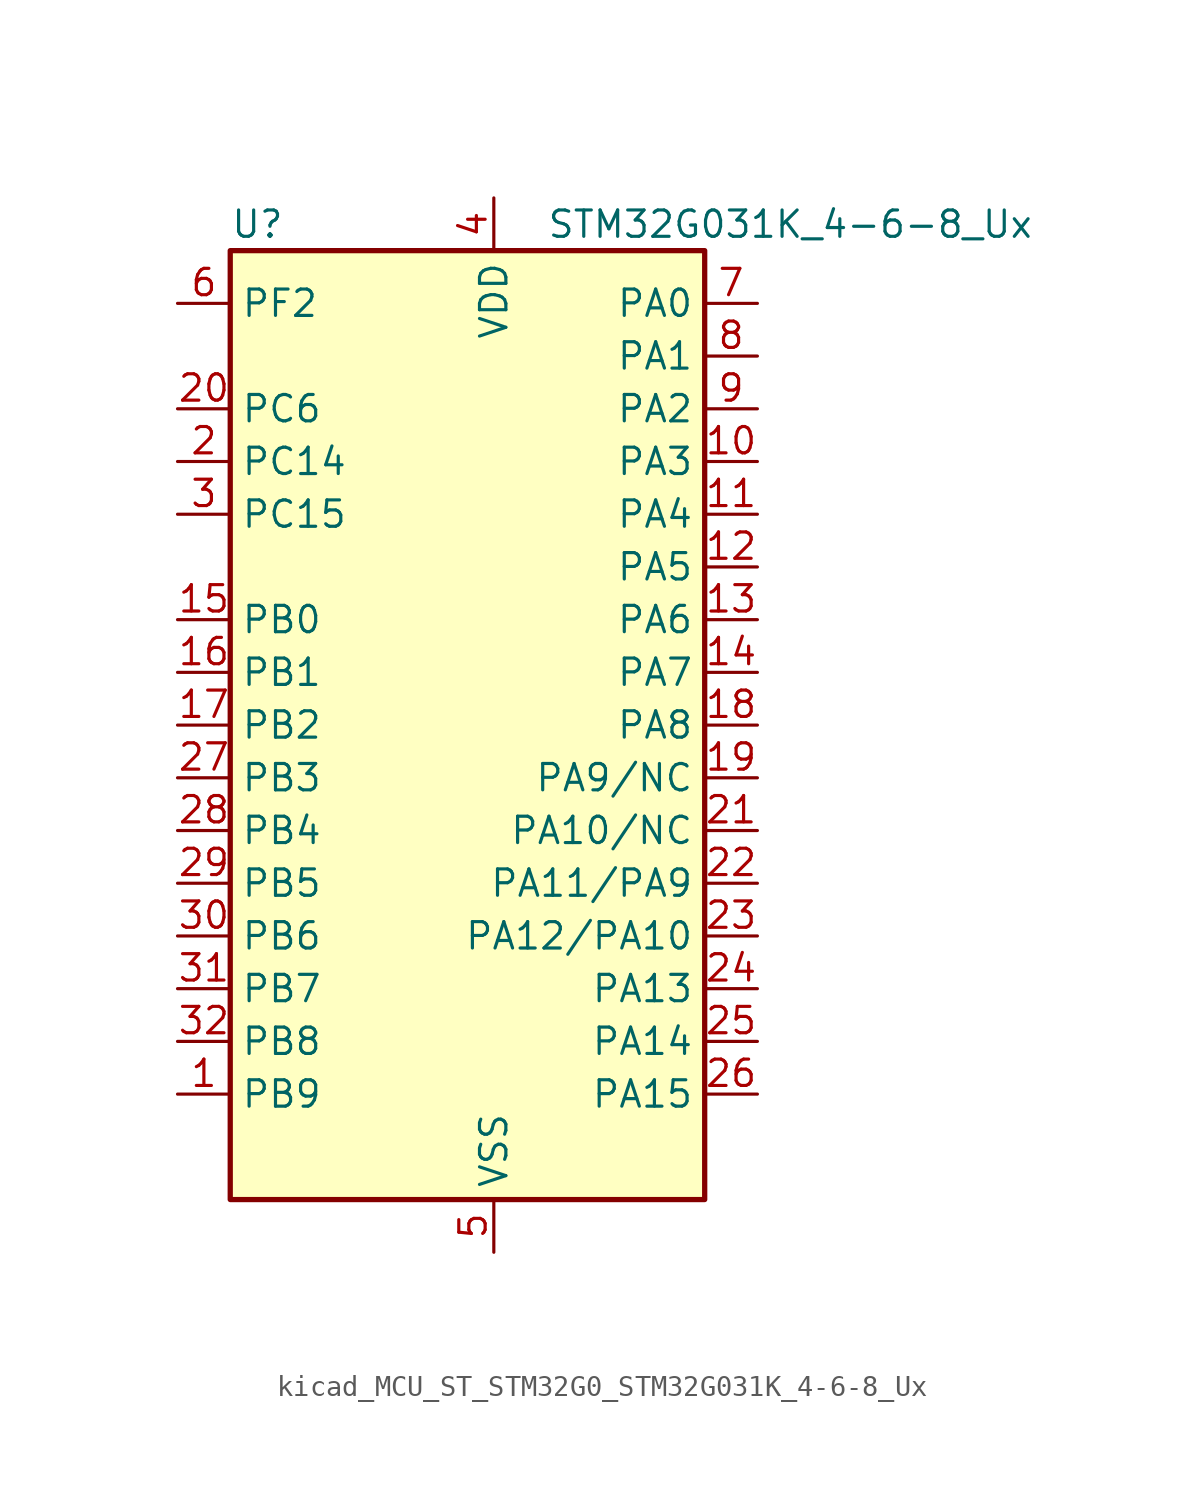
<source format=kicad_sym>
(kicad_symbol_lib
  (version 20220914)
  (generator kicad_symbol_editor)
  (symbol "kicad_MCU_ST_STM32G0_STM32G031K_4-6-8_Ux"
    (property "Reference" "U"
      (at -10.16 24.13 0)
      (effects (font (size 1.27 1.27)) (justify left)))
    (property "Value" "STM32G031K_4-6-8_Ux"
      (at 5.08 24.13 0)
      (effects (font (size 1.27 1.27)) (justify left)))
    (property "ki_locked" ""
      (at 0 0 0)
      (effects (font (size 1.27 1.27))))
    (symbol "kicad_MCU_ST_STM32G0_STM32G031K_4-6-8_Ux_0_1"
      (rectangle (start -10.16 -22.86) (end 12.7 22.86) (stroke (width 0.254) (type default)) (fill (type background))))
    (symbol "kicad_MCU_ST_STM32G0_STM32G031K_4-6-8_Ux_1_1"
      (pin bidirectional line (at -12.7 -17.78 0) (length 2.54) (name "PB9" (effects (font (size 1.27 1.27)))) (number "1" (effects (font (size 1.27 1.27)))) (alternate "I2C1_SDA" bidirectional line) (alternate "IR_OUT" bidirectional line) (alternate "SPI2_NSS" bidirectional line) (alternate "TIM17_CH1" bidirectional line))
      (pin bidirectional line (at 15.24 12.7 180) (length 2.54) (name "PA3" (effects (font (size 1.27 1.27)))) (number "10" (effects (font (size 1.27 1.27)))) (alternate "ADC1_IN3" bidirectional line) (alternate "LPUART1_RX" bidirectional line) (alternate "SPI2_MISO" bidirectional line) (alternate "TIM2_CH4" bidirectional line) (alternate "USART2_RX" bidirectional line))
      (pin bidirectional line (at 15.24 10.16 180) (length 2.54) (name "PA4" (effects (font (size 1.27 1.27)))) (number "11" (effects (font (size 1.27 1.27)))) (alternate "ADC1_IN4" bidirectional line) (alternate "I2S1_WS" bidirectional line) (alternate "LPTIM2_OUT" bidirectional line) (alternate "RTC_OUT_ALARM" bidirectional line) (alternate "RTC_OUT_CALIB" bidirectional line) (alternate "RTC_TAMP_IN1" bidirectional line) (alternate "RTC_TS" bidirectional line) (alternate "SPI1_NSS" bidirectional line) (alternate "SPI2_MOSI" bidirectional line) (alternate "SYS_WKUP2" bidirectional line) (alternate "TIM14_CH1" bidirectional line))
      (pin bidirectional line (at 15.24 7.62 180) (length 2.54) (name "PA5" (effects (font (size 1.27 1.27)))) (number "12" (effects (font (size 1.27 1.27)))) (alternate "ADC1_IN5" bidirectional line) (alternate "I2S1_CK" bidirectional line) (alternate "LPTIM2_ETR" bidirectional line) (alternate "SPI1_SCK" bidirectional line) (alternate "TIM2_CH1" bidirectional line) (alternate "TIM2_ETR" bidirectional line))
      (pin bidirectional line (at 15.24 5.08 180) (length 2.54) (name "PA6" (effects (font (size 1.27 1.27)))) (number "13" (effects (font (size 1.27 1.27)))) (alternate "ADC1_IN6" bidirectional line) (alternate "I2S1_MCK" bidirectional line) (alternate "LPUART1_CTS" bidirectional line) (alternate "SPI1_MISO" bidirectional line) (alternate "TIM16_CH1" bidirectional line) (alternate "TIM1_BK" bidirectional line) (alternate "TIM3_CH1" bidirectional line))
      (pin bidirectional line (at 15.24 2.54 180) (length 2.54) (name "PA7" (effects (font (size 1.27 1.27)))) (number "14" (effects (font (size 1.27 1.27)))) (alternate "ADC1_IN7" bidirectional line) (alternate "I2S1_SD" bidirectional line) (alternate "SPI1_MOSI" bidirectional line) (alternate "TIM14_CH1" bidirectional line) (alternate "TIM17_CH1" bidirectional line) (alternate "TIM1_CH1N" bidirectional line) (alternate "TIM3_CH2" bidirectional line))
      (pin bidirectional line (at -12.7 5.08 0) (length 2.54) (name "PB0" (effects (font (size 1.27 1.27)))) (number "15" (effects (font (size 1.27 1.27)))) (alternate "ADC1_IN8" bidirectional line) (alternate "I2S1_WS" bidirectional line) (alternate "LPTIM1_OUT" bidirectional line) (alternate "SPI1_NSS" bidirectional line) (alternate "TIM1_CH2N" bidirectional line) (alternate "TIM3_CH3" bidirectional line))
      (pin bidirectional line (at -12.7 2.54 0) (length 2.54) (name "PB1" (effects (font (size 1.27 1.27)))) (number "16" (effects (font (size 1.27 1.27)))) (alternate "ADC1_IN9" bidirectional line) (alternate "LPTIM2_IN1" bidirectional line) (alternate "LPUART1_DE" bidirectional line) (alternate "LPUART1_RTS" bidirectional line) (alternate "TIM14_CH1" bidirectional line) (alternate "TIM1_CH3N" bidirectional line) (alternate "TIM3_CH4" bidirectional line))
      (pin bidirectional line (at -12.7 0 0) (length 2.54) (name "PB2" (effects (font (size 1.27 1.27)))) (number "17" (effects (font (size 1.27 1.27)))) (alternate "ADC1_IN10" bidirectional line) (alternate "LPTIM1_OUT" bidirectional line) (alternate "SPI2_MISO" bidirectional line))
      (pin bidirectional line (at 15.24 0 180) (length 2.54) (name "PA8" (effects (font (size 1.27 1.27)))) (number "18" (effects (font (size 1.27 1.27)))) (alternate "LPTIM2_OUT" bidirectional line) (alternate "RCC_MCO" bidirectional line) (alternate "SPI2_NSS" bidirectional line) (alternate "TIM1_CH1" bidirectional line))
      (pin bidirectional line (at 15.24 -2.54 180) (length 2.54) (name "PA9/NC" (effects (font (size 1.27 1.27)))) (number "19" (effects (font (size 1.27 1.27)))) (alternate "I2C1_SCL" bidirectional line) (alternate "RCC_MCO" bidirectional line) (alternate "SPI2_MISO" bidirectional line) (alternate "TIM1_CH2" bidirectional line) (alternate "USART1_TX" bidirectional line))
      (pin bidirectional line (at -12.7 12.7 0) (length 2.54) (name "PC14" (effects (font (size 1.27 1.27)))) (number "2" (effects (font (size 1.27 1.27)))) (alternate "RCC_OSC32_IN" bidirectional line) (alternate "RCC_OSC_IN" bidirectional line) (alternate "TIM1_BK2" bidirectional line))
      (pin bidirectional line (at -12.7 15.24 0) (length 2.54) (name "PC6" (effects (font (size 1.27 1.27)))) (number "20" (effects (font (size 1.27 1.27)))) (alternate "TIM2_CH3" bidirectional line) (alternate "TIM3_CH1" bidirectional line))
      (pin bidirectional line (at 15.24 -5.08 180) (length 2.54) (name "PA10/NC" (effects (font (size 1.27 1.27)))) (number "21" (effects (font (size 1.27 1.27)))) (alternate "I2C1_SDA" bidirectional line) (alternate "SPI2_MOSI" bidirectional line) (alternate "TIM17_BK" bidirectional line) (alternate "TIM1_CH3" bidirectional line) (alternate "USART1_RX" bidirectional line))
      (pin bidirectional line (at 15.24 -7.62 180) (length 2.54) (name "PA11/PA9" (effects (font (size 1.27 1.27)))) (number "22" (effects (font (size 1.27 1.27)))) (alternate "ADC1_EXTI11" bidirectional line) (alternate "ADC1_IN15" bidirectional line) (alternate "I2C2_SCL" bidirectional line) (alternate "I2S1_MCK" bidirectional line) (alternate "SPI1_MISO" bidirectional line) (alternate "TIM1_BK2" bidirectional line) (alternate "TIM1_CH4" bidirectional line) (alternate "USART1_CTS" bidirectional line) (alternate "USART1_NSS" bidirectional line))
      (pin bidirectional line (at 15.24 -10.16 180) (length 2.54) (name "PA12/PA10" (effects (font (size 1.27 1.27)))) (number "23" (effects (font (size 1.27 1.27)))) (alternate "ADC1_IN16" bidirectional line) (alternate "I2C2_SDA" bidirectional line) (alternate "I2S1_SD" bidirectional line) (alternate "I2S_CKIN" bidirectional line) (alternate "SPI1_MOSI" bidirectional line) (alternate "TIM1_ETR" bidirectional line) (alternate "USART1_CK" bidirectional line) (alternate "USART1_DE" bidirectional line) (alternate "USART1_RTS" bidirectional line))
      (pin bidirectional line (at 15.24 -12.7 180) (length 2.54) (name "PA13" (effects (font (size 1.27 1.27)))) (number "24" (effects (font (size 1.27 1.27)))) (alternate "ADC1_IN17" bidirectional line) (alternate "IR_OUT" bidirectional line) (alternate "SYS_SWDIO" bidirectional line))
      (pin bidirectional line (at 15.24 -15.24 180) (length 2.54) (name "PA14" (effects (font (size 1.27 1.27)))) (number "25" (effects (font (size 1.27 1.27)))) (alternate "ADC1_IN18" bidirectional line) (alternate "SYS_SWCLK" bidirectional line) (alternate "USART2_TX" bidirectional line))
      (pin bidirectional line (at 15.24 -17.78 180) (length 2.54) (name "PA15" (effects (font (size 1.27 1.27)))) (number "26" (effects (font (size 1.27 1.27)))) (alternate "I2S1_WS" bidirectional line) (alternate "SPI1_NSS" bidirectional line) (alternate "TIM2_CH1" bidirectional line) (alternate "TIM2_ETR" bidirectional line) (alternate "USART2_RX" bidirectional line))
      (pin bidirectional line (at -12.7 -2.54 0) (length 2.54) (name "PB3" (effects (font (size 1.27 1.27)))) (number "27" (effects (font (size 1.27 1.27)))) (alternate "I2S1_CK" bidirectional line) (alternate "SPI1_SCK" bidirectional line) (alternate "TIM1_CH2" bidirectional line) (alternate "TIM2_CH2" bidirectional line) (alternate "USART1_CK" bidirectional line) (alternate "USART1_DE" bidirectional line) (alternate "USART1_RTS" bidirectional line))
      (pin bidirectional line (at -12.7 -5.08 0) (length 2.54) (name "PB4" (effects (font (size 1.27 1.27)))) (number "28" (effects (font (size 1.27 1.27)))) (alternate "I2S1_MCK" bidirectional line) (alternate "SPI1_MISO" bidirectional line) (alternate "TIM17_BK" bidirectional line) (alternate "TIM3_CH1" bidirectional line) (alternate "USART1_CTS" bidirectional line) (alternate "USART1_NSS" bidirectional line))
      (pin bidirectional line (at -12.7 -7.62 0) (length 2.54) (name "PB5" (effects (font (size 1.27 1.27)))) (number "29" (effects (font (size 1.27 1.27)))) (alternate "I2C1_SMBA" bidirectional line) (alternate "I2S1_SD" bidirectional line) (alternate "LPTIM1_IN1" bidirectional line) (alternate "SPI1_MOSI" bidirectional line) (alternate "SYS_WKUP6" bidirectional line) (alternate "TIM16_BK" bidirectional line) (alternate "TIM3_CH2" bidirectional line))
      (pin bidirectional line (at -12.7 10.16 0) (length 2.54) (name "PC15" (effects (font (size 1.27 1.27)))) (number "3" (effects (font (size 1.27 1.27)))) (alternate "RCC_OSC32_EN" bidirectional line) (alternate "RCC_OSC32_OUT" bidirectional line) (alternate "RCC_OSC_EN" bidirectional line))
      (pin bidirectional line (at -12.7 -10.16 0) (length 2.54) (name "PB6" (effects (font (size 1.27 1.27)))) (number "30" (effects (font (size 1.27 1.27)))) (alternate "I2C1_SCL" bidirectional line) (alternate "LPTIM1_ETR" bidirectional line) (alternate "SPI2_MISO" bidirectional line) (alternate "TIM16_CH1N" bidirectional line) (alternate "TIM1_CH3" bidirectional line) (alternate "USART1_TX" bidirectional line))
      (pin bidirectional line (at -12.7 -12.7 0) (length 2.54) (name "PB7" (effects (font (size 1.27 1.27)))) (number "31" (effects (font (size 1.27 1.27)))) (alternate "ADC1_IN11" bidirectional line) (alternate "I2C1_SDA" bidirectional line) (alternate "LPTIM1_IN2" bidirectional line) (alternate "SPI2_MOSI" bidirectional line) (alternate "SYS_PVD_IN" bidirectional line) (alternate "TIM17_CH1N" bidirectional line) (alternate "USART1_RX" bidirectional line))
      (pin bidirectional line (at -12.7 -15.24 0) (length 2.54) (name "PB8" (effects (font (size 1.27 1.27)))) (number "32" (effects (font (size 1.27 1.27)))) (alternate "I2C1_SCL" bidirectional line) (alternate "SPI2_SCK" bidirectional line) (alternate "TIM16_CH1" bidirectional line))
      (pin passive line (at 2.54 -25.4 90) (length 2.54) hide (name "VSS" (effects (font (size 1.27 1.27)))) (number "33" (effects (font (size 1.27 1.27)))))
      (pin power_in line (at 2.54 25.4 270) (length 2.54) (name "VDD" (effects (font (size 1.27 1.27)))) (number "4" (effects (font (size 1.27 1.27)))))
      (pin power_in line (at 2.54 -25.4 90) (length 2.54) (name "VSS" (effects (font (size 1.27 1.27)))) (number "5" (effects (font (size 1.27 1.27)))))
      (pin bidirectional line (at -12.7 20.32 0) (length 2.54) (name "PF2" (effects (font (size 1.27 1.27)))) (number "6" (effects (font (size 1.27 1.27)))) (alternate "RCC_MCO" bidirectional line))
      (pin bidirectional line (at 15.24 20.32 180) (length 2.54) (name "PA0" (effects (font (size 1.27 1.27)))) (number "7" (effects (font (size 1.27 1.27)))) (alternate "ADC1_IN0" bidirectional line) (alternate "LPTIM1_OUT" bidirectional line) (alternate "RTC_TAMP_IN2" bidirectional line) (alternate "SPI2_SCK" bidirectional line) (alternate "SYS_WKUP1" bidirectional line) (alternate "TIM2_CH1" bidirectional line) (alternate "TIM2_ETR" bidirectional line) (alternate "USART2_CTS" bidirectional line) (alternate "USART2_NSS" bidirectional line))
      (pin bidirectional line (at 15.24 17.78 180) (length 2.54) (name "PA1" (effects (font (size 1.27 1.27)))) (number "8" (effects (font (size 1.27 1.27)))) (alternate "ADC1_IN1" bidirectional line) (alternate "I2C1_SMBA" bidirectional line) (alternate "I2S1_CK" bidirectional line) (alternate "SPI1_SCK" bidirectional line) (alternate "TIM2_CH2" bidirectional line) (alternate "USART2_CK" bidirectional line) (alternate "USART2_DE" bidirectional line) (alternate "USART2_RTS" bidirectional line))
      (pin bidirectional line (at 15.24 15.24 180) (length 2.54) (name "PA2" (effects (font (size 1.27 1.27)))) (number "9" (effects (font (size 1.27 1.27)))) (alternate "ADC1_IN2" bidirectional line) (alternate "I2S1_SD" bidirectional line) (alternate "LPUART1_TX" bidirectional line) (alternate "RCC_LSCO" bidirectional line) (alternate "SPI1_MOSI" bidirectional line) (alternate "SYS_WKUP4" bidirectional line) (alternate "TIM2_CH3" bidirectional line) (alternate "USART2_TX" bidirectional line)))))
</source>
